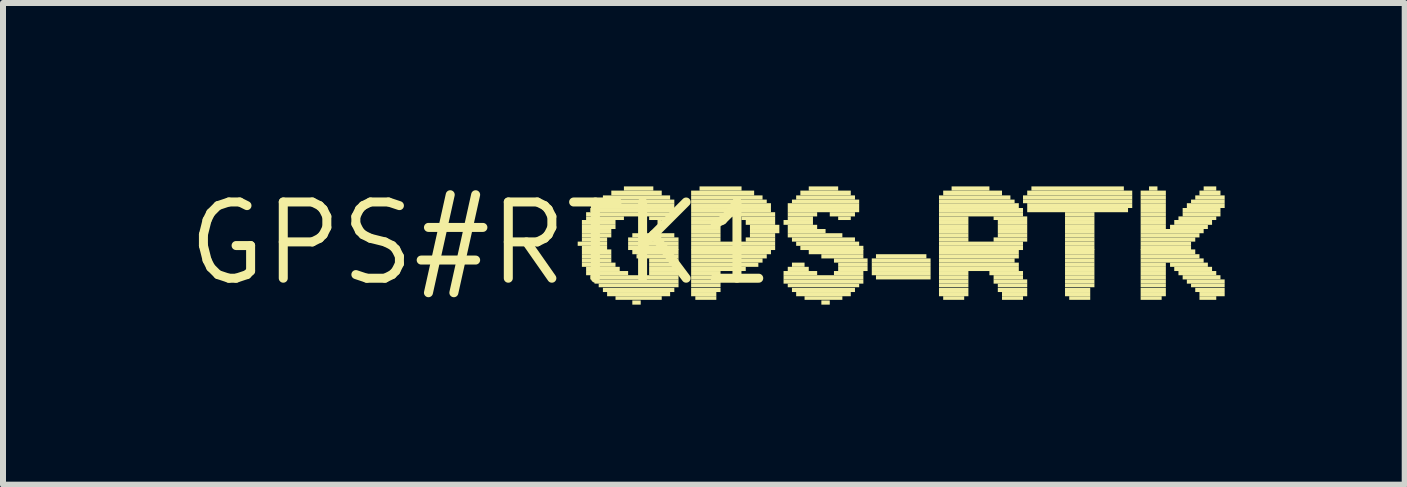
<source format=kicad_pcb>
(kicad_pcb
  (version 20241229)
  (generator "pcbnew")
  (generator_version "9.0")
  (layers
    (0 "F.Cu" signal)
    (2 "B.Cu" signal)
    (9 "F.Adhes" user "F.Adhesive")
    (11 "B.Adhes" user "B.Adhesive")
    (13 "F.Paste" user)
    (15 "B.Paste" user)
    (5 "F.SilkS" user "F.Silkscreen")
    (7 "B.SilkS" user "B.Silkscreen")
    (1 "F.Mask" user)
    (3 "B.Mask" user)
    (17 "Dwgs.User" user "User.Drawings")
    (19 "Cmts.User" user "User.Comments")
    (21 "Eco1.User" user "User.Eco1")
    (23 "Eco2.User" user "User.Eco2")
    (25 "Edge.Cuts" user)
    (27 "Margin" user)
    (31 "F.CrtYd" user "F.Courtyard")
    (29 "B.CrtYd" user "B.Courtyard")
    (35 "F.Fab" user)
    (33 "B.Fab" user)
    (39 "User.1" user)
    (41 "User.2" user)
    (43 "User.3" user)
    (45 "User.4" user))
  (footprint "GPS#RTK1"
    (layer "F.Cu")
    (at 4.966 1.006)
    (property "Reference" "GPS#RTK1" (at 0 0 0) (layer "F.SilkS") (effects (font (size 1.27 1.27) (thickness 0.15))))
    (fp_poly (pts (xy 1.61 0.04) (xy 2.1 0.04) (xy 2.1 -0.03) (xy 1.61 -0.03)) (stroke (width 0) (type solid)) (fill yes) (layer "F.SilkS"))
    (fp_poly (pts (xy 1.68 -0.31) (xy 2.24 -0.31) (xy 2.24 -0.39) (xy 1.68 -0.39)) (stroke (width 0) (type solid)) (fill yes) (layer "F.SilkS"))
    (fp_poly (pts (xy 1.68 -0.24) (xy 2.24 -0.24) (xy 2.24 -0.31) (xy 1.68 -0.31)) (stroke (width 0) (type solid)) (fill yes) (layer "F.SilkS"))
    (fp_poly (pts (xy 1.68 -0.17) (xy 2.17 -0.17) (xy 2.17 -0.24) (xy 1.68 -0.24)) (stroke (width 0) (type solid)) (fill yes) (layer "F.SilkS"))
    (fp_poly (pts (xy 1.68 -0.1) (xy 2.17 -0.1) (xy 2.17 -0.17) (xy 1.68 -0.17)) (stroke (width 0) (type solid)) (fill yes) (layer "F.SilkS"))
    (fp_poly (pts (xy 1.68 -0.03) (xy 2.1 -0.03) (xy 2.1 -0.1) (xy 1.68 -0.1)) (stroke (width 0) (type solid)) (fill yes) (layer "F.SilkS"))
    (fp_poly (pts (xy 1.68 0.11) (xy 2.1 0.11) (xy 2.1 0.04) (xy 1.68 0.04)) (stroke (width 0) (type solid)) (fill yes) (layer "F.SilkS"))
    (fp_poly (pts (xy 1.68 0.18) (xy 2.17 0.18) (xy 2.17 0.1) (xy 1.68 0.1)) (stroke (width 0) (type solid)) (fill yes) (layer "F.SilkS"))
    (fp_poly (pts (xy 1.68 0.25) (xy 2.17 0.25) (xy 2.17 0.18) (xy 1.68 0.18)) (stroke (width 0) (type solid)) (fill yes) (layer "F.SilkS"))
    (fp_poly (pts (xy 1.68 0.32) (xy 2.17 0.32) (xy 2.17 0.25) (xy 1.68 0.25)) (stroke (width 0) (type solid)) (fill yes) (layer "F.SilkS"))
    (fp_poly (pts (xy 1.68 0.39) (xy 2.24 0.39) (xy 2.24 0.32) (xy 1.68 0.32)) (stroke (width 0) (type solid)) (fill yes) (layer "F.SilkS"))
    (fp_poly (pts (xy 1.75 -0.45) (xy 3.22 -0.45) (xy 3.22 -0.52) (xy 1.75 -0.52)) (stroke (width 0) (type solid)) (fill yes) (layer "F.SilkS"))
    (fp_poly (pts (xy 1.75 -0.39) (xy 2.38 -0.39) (xy 2.38 -0.45) (xy 1.75 -0.45)) (stroke (width 0) (type solid)) (fill yes) (layer "F.SilkS"))
    (fp_poly (pts (xy 1.75 0.46) (xy 2.31 0.46) (xy 2.31 0.39) (xy 1.75 0.39)) (stroke (width 0) (type solid)) (fill yes) (layer "F.SilkS"))
    (fp_poly (pts (xy 1.75 0.53) (xy 2.45 0.53) (xy 2.45 0.46) (xy 1.75 0.46)) (stroke (width 0) (type solid)) (fill yes) (layer "F.SilkS"))
    (fp_poly (pts (xy 1.82 -0.52) (xy 3.22 -0.52) (xy 3.22 -0.59) (xy 1.82 -0.59)) (stroke (width 0) (type solid)) (fill yes) (layer "F.SilkS"))
    (fp_poly (pts (xy 1.82 0.6) (xy 3.29 0.6) (xy 3.29 0.53) (xy 1.82 0.53)) (stroke (width 0) (type solid)) (fill yes) (layer "F.SilkS"))
    (fp_poly (pts (xy 1.89 -0.59) (xy 3.22 -0.59) (xy 3.22 -0.67) (xy 1.89 -0.67)) (stroke (width 0) (type solid)) (fill yes) (layer "F.SilkS"))
    (fp_poly (pts (xy 1.89 0.67) (xy 3.29 0.67) (xy 3.29 0.6) (xy 1.89 0.6)) (stroke (width 0) (type solid)) (fill yes) (layer "F.SilkS"))
    (fp_poly (pts (xy 1.96 -0.67) (xy 3.22 -0.67) (xy 3.22 -0.73) (xy 1.96 -0.73)) (stroke (width 0) (type solid)) (fill yes) (layer "F.SilkS"))
    (fp_poly (pts (xy 1.96 0.73) (xy 3.29 0.73) (xy 3.29 0.67) (xy 1.96 0.67)) (stroke (width 0) (type solid)) (fill yes) (layer "F.SilkS"))
    (fp_poly (pts (xy 2.03 -0.73) (xy 3.15 -0.73) (xy 3.15 -0.8) (xy 2.03 -0.8)) (stroke (width 0) (type solid)) (fill yes) (layer "F.SilkS"))
    (fp_poly (pts (xy 2.03 0.81) (xy 3.22 0.81) (xy 3.22 0.74) (xy 2.03 0.74)) (stroke (width 0) (type solid)) (fill yes) (layer "F.SilkS"))
    (fp_poly (pts (xy 2.1 0.88) (xy 3.15 0.88) (xy 3.15 0.81) (xy 2.1 0.81)) (stroke (width 0) (type solid)) (fill yes) (layer "F.SilkS"))
    (fp_poly (pts (xy 2.17 -0.8) (xy 3.01 -0.8) (xy 3.01 -0.88) (xy 2.17 -0.88)) (stroke (width 0) (type solid)) (fill yes) (layer "F.SilkS"))
    (fp_poly (pts (xy 2.24 0.94) (xy 3.01 0.94) (xy 3.01 0.88) (xy 2.24 0.88)) (stroke (width 0) (type solid)) (fill yes) (layer "F.SilkS"))
    (fp_poly (pts (xy 2.38 -0.88) (xy 2.87 -0.88) (xy 2.87 -0.95) (xy 2.38 -0.95)) (stroke (width 0) (type solid)) (fill yes) (layer "F.SilkS"))
    (fp_poly (pts (xy 2.45 -0.03) (xy 3.29 -0.03) (xy 3.29 -0.1) (xy 2.45 -0.1)) (stroke (width 0) (type solid)) (fill yes) (layer "F.SilkS"))
    (fp_poly (pts (xy 2.45 0.04) (xy 3.29 0.04) (xy 3.29 -0.03) (xy 2.45 -0.03)) (stroke (width 0) (type solid)) (fill yes) (layer "F.SilkS"))
    (fp_poly (pts (xy 2.45 0.11) (xy 3.29 0.11) (xy 3.29 0.04) (xy 2.45 0.04)) (stroke (width 0) (type solid)) (fill yes) (layer "F.SilkS"))
    (fp_poly (pts (xy 2.52 -0.1) (xy 3.22 -0.1) (xy 3.22 -0.17) (xy 2.52 -0.17)) (stroke (width 0) (type solid)) (fill yes) (layer "F.SilkS"))
    (fp_poly (pts (xy 2.52 0.18) (xy 3.29 0.18) (xy 3.29 0.1) (xy 2.52 0.1)) (stroke (width 0) (type solid)) (fill yes) (layer "F.SilkS"))
    (fp_poly (pts (xy 2.52 1.02) (xy 2.66 1.02) (xy 2.66 0.95) (xy 2.52 0.95)) (stroke (width 0) (type solid)) (fill yes) (layer "F.SilkS"))
    (fp_poly (pts (xy 2.59 0.25) (xy 3.29 0.25) (xy 3.29 0.18) (xy 2.59 0.18)) (stroke (width 0) (type solid)) (fill yes) (layer "F.SilkS"))
    (fp_poly (pts (xy 2.8 -0.39) (xy 3.15 -0.39) (xy 3.15 -0.45) (xy 2.8 -0.45)) (stroke (width 0) (type solid)) (fill yes) (layer "F.SilkS"))
    (fp_poly (pts (xy 2.8 0.32) (xy 3.29 0.32) (xy 3.29 0.25) (xy 2.8 0.25)) (stroke (width 0) (type solid)) (fill yes) (layer "F.SilkS"))
    (fp_poly (pts (xy 2.8 0.39) (xy 3.29 0.39) (xy 3.29 0.32) (xy 2.8 0.32)) (stroke (width 0) (type solid)) (fill yes) (layer "F.SilkS"))
    (fp_poly (pts (xy 2.8 0.46) (xy 3.29 0.46) (xy 3.29 0.39) (xy 2.8 0.39)) (stroke (width 0) (type solid)) (fill yes) (layer "F.SilkS"))
    (fp_poly (pts (xy 2.8 0.53) (xy 3.29 0.53) (xy 3.29 0.46) (xy 2.8 0.46)) (stroke (width 0) (type solid)) (fill yes) (layer "F.SilkS"))
    (fp_poly (pts (xy 2.94 -0.31) (xy 3.01 -0.31) (xy 3.01 -0.39) (xy 2.94 -0.39)) (stroke (width 0) (type solid)) (fill yes) (layer "F.SilkS"))
    (fp_poly (pts (xy 3.5 -0.8) (xy 4.55 -0.8) (xy 4.55 -0.88) (xy 3.5 -0.88)) (stroke (width 0) (type solid)) (fill yes) (layer "F.SilkS"))
    (fp_poly (pts (xy 3.5 -0.73) (xy 4.69 -0.73) (xy 4.69 -0.8) (xy 3.5 -0.8)) (stroke (width 0) (type solid)) (fill yes) (layer "F.SilkS"))
    (fp_poly (pts (xy 3.5 -0.67) (xy 4.76 -0.67) (xy 4.76 -0.73) (xy 3.5 -0.73)) (stroke (width 0) (type solid)) (fill yes) (layer "F.SilkS"))
    (fp_poly (pts (xy 3.5 -0.59) (xy 4.83 -0.59) (xy 4.83 -0.67) (xy 3.5 -0.67)) (stroke (width 0) (type solid)) (fill yes) (layer "F.SilkS"))
    (fp_poly (pts (xy 3.5 -0.52) (xy 4.83 -0.52) (xy 4.83 -0.59) (xy 3.5 -0.59)) (stroke (width 0) (type solid)) (fill yes) (layer "F.SilkS"))
    (fp_poly (pts (xy 3.5 -0.45) (xy 4.9 -0.45) (xy 4.9 -0.52) (xy 3.5 -0.52)) (stroke (width 0) (type solid)) (fill yes) (layer "F.SilkS"))
    (fp_poly (pts (xy 3.5 -0.39) (xy 3.99 -0.39) (xy 3.99 -0.45) (xy 3.5 -0.45)) (stroke (width 0) (type solid)) (fill yes) (layer "F.SilkS"))
    (fp_poly (pts (xy 3.5 -0.31) (xy 3.99 -0.31) (xy 3.99 -0.39) (xy 3.5 -0.39)) (stroke (width 0) (type solid)) (fill yes) (layer "F.SilkS"))
    (fp_poly (pts (xy 3.5 -0.24) (xy 3.99 -0.24) (xy 3.99 -0.31) (xy 3.5 -0.31)) (stroke (width 0) (type solid)) (fill yes) (layer "F.SilkS"))
    (fp_poly (pts (xy 3.5 -0.17) (xy 3.99 -0.17) (xy 3.99 -0.24) (xy 3.5 -0.24)) (stroke (width 0) (type solid)) (fill yes) (layer "F.SilkS"))
    (fp_poly (pts (xy 3.5 -0.1) (xy 3.99 -0.1) (xy 3.99 -0.17) (xy 3.5 -0.17)) (stroke (width 0) (type solid)) (fill yes) (layer "F.SilkS"))
    (fp_poly (pts (xy 3.5 -0.03) (xy 3.99 -0.03) (xy 3.99 -0.1) (xy 3.5 -0.1)) (stroke (width 0) (type solid)) (fill yes) (layer "F.SilkS"))
    (fp_poly (pts (xy 3.5 0.04) (xy 4.9 0.04) (xy 4.9 -0.03) (xy 3.5 -0.03)) (stroke (width 0) (type solid)) (fill yes) (layer "F.SilkS"))
    (fp_poly (pts (xy 3.5 0.11) (xy 4.9 0.11) (xy 4.9 0.04) (xy 3.5 0.04)) (stroke (width 0) (type solid)) (fill yes) (layer "F.SilkS"))
    (fp_poly (pts (xy 3.5 0.18) (xy 4.83 0.18) (xy 4.83 0.1) (xy 3.5 0.1)) (stroke (width 0) (type solid)) (fill yes) (layer "F.SilkS"))
    (fp_poly (pts (xy 3.5 0.25) (xy 4.76 0.25) (xy 4.76 0.18) (xy 3.5 0.18)) (stroke (width 0) (type solid)) (fill yes) (layer "F.SilkS"))
    (fp_poly (pts (xy 3.5 0.32) (xy 4.69 0.32) (xy 4.69 0.25) (xy 3.5 0.25)) (stroke (width 0) (type solid)) (fill yes) (layer "F.SilkS"))
    (fp_poly (pts (xy 3.5 0.39) (xy 4.62 0.39) (xy 4.62 0.32) (xy 3.5 0.32)) (stroke (width 0) (type solid)) (fill yes) (layer "F.SilkS"))
    (fp_poly (pts (xy 3.5 0.46) (xy 4.41 0.46) (xy 4.41 0.39) (xy 3.5 0.39)) (stroke (width 0) (type solid)) (fill yes) (layer "F.SilkS"))
    (fp_poly (pts (xy 3.5 0.53) (xy 3.99 0.53) (xy 3.99 0.46) (xy 3.5 0.46)) (stroke (width 0) (type solid)) (fill yes) (layer "F.SilkS"))
    (fp_poly (pts (xy 3.5 0.6) (xy 3.99 0.6) (xy 3.99 0.53) (xy 3.5 0.53)) (stroke (width 0) (type solid)) (fill yes) (layer "F.SilkS"))
    (fp_poly (pts (xy 3.5 0.67) (xy 3.99 0.67) (xy 3.99 0.6) (xy 3.5 0.6)) (stroke (width 0) (type solid)) (fill yes) (layer "F.SilkS"))
    (fp_poly (pts (xy 3.5 0.73) (xy 3.99 0.73) (xy 3.99 0.67) (xy 3.5 0.67)) (stroke (width 0) (type solid)) (fill yes) (layer "F.SilkS"))
    (fp_poly (pts (xy 3.5 0.81) (xy 3.99 0.81) (xy 3.99 0.74) (xy 3.5 0.74)) (stroke (width 0) (type solid)) (fill yes) (layer "F.SilkS"))
    (fp_poly (pts (xy 3.5 0.88) (xy 3.92 0.88) (xy 3.92 0.81) (xy 3.5 0.81)) (stroke (width 0) (type solid)) (fill yes) (layer "F.SilkS"))
    (fp_poly (pts (xy 3.57 0.94) (xy 3.92 0.94) (xy 3.92 0.88) (xy 3.57 0.88)) (stroke (width 0) (type solid)) (fill yes) (layer "F.SilkS"))
    (fp_poly (pts (xy 3.64 -0.88) (xy 4.34 -0.88) (xy 4.34 -0.95) (xy 3.64 -0.95)) (stroke (width 0) (type solid)) (fill yes) (layer "F.SilkS"))
    (fp_poly (pts (xy 4.34 -0.39) (xy 4.9 -0.39) (xy 4.9 -0.45) (xy 4.34 -0.45)) (stroke (width 0) (type solid)) (fill yes) (layer "F.SilkS"))
    (fp_poly (pts (xy 4.41 -0.31) (xy 4.9 -0.31) (xy 4.9 -0.39) (xy 4.41 -0.39)) (stroke (width 0) (type solid)) (fill yes) (layer "F.SilkS"))
    (fp_poly (pts (xy 4.41 -0.03) (xy 4.9 -0.03) (xy 4.9 -0.1) (xy 4.41 -0.1)) (stroke (width 0) (type solid)) (fill yes) (layer "F.SilkS"))
    (fp_poly (pts (xy 4.48 -0.24) (xy 4.97 -0.24) (xy 4.97 -0.31) (xy 4.48 -0.31)) (stroke (width 0) (type solid)) (fill yes) (layer "F.SilkS"))
    (fp_poly (pts (xy 4.48 -0.17) (xy 4.97 -0.17) (xy 4.97 -0.24) (xy 4.48 -0.24)) (stroke (width 0) (type solid)) (fill yes) (layer "F.SilkS"))
    (fp_poly (pts (xy 4.48 -0.1) (xy 4.9 -0.1) (xy 4.9 -0.17) (xy 4.48 -0.17)) (stroke (width 0) (type solid)) (fill yes) (layer "F.SilkS"))
    (fp_poly (pts (xy 5.04 -0.31) (xy 5.53 -0.31) (xy 5.53 -0.39) (xy 5.04 -0.39)) (stroke (width 0) (type solid)) (fill yes) (layer "F.SilkS"))
    (fp_poly (pts (xy 5.04 0.53) (xy 5.6 0.53) (xy 5.6 0.46) (xy 5.04 0.46)) (stroke (width 0) (type solid)) (fill yes) (layer "F.SilkS"))
    (fp_poly (pts (xy 5.04 0.6) (xy 6.37 0.6) (xy 6.37 0.53) (xy 5.04 0.53)) (stroke (width 0) (type solid)) (fill yes) (layer "F.SilkS"))
    (fp_poly (pts (xy 5.04 0.67) (xy 6.37 0.67) (xy 6.37 0.6) (xy 5.04 0.6)) (stroke (width 0) (type solid)) (fill yes) (layer "F.SilkS"))
    (fp_poly (pts (xy 5.11 -0.59) (xy 6.3 -0.59) (xy 6.3 -0.67) (xy 5.11 -0.67)) (stroke (width 0) (type solid)) (fill yes) (layer "F.SilkS"))
    (fp_poly (pts (xy 5.11 -0.52) (xy 6.3 -0.52) (xy 6.3 -0.59) (xy 5.11 -0.59)) (stroke (width 0) (type solid)) (fill yes) (layer "F.SilkS"))
    (fp_poly (pts (xy 5.11 -0.45) (xy 5.6 -0.45) (xy 5.6 -0.52) (xy 5.11 -0.52)) (stroke (width 0) (type solid)) (fill yes) (layer "F.SilkS"))
    (fp_poly (pts (xy 5.11 -0.39) (xy 5.53 -0.39) (xy 5.53 -0.45) (xy 5.11 -0.45)) (stroke (width 0) (type solid)) (fill yes) (layer "F.SilkS"))
    (fp_poly (pts (xy 5.11 -0.24) (xy 5.6 -0.24) (xy 5.6 -0.31) (xy 5.11 -0.31)) (stroke (width 0) (type solid)) (fill yes) (layer "F.SilkS"))
    (fp_poly (pts (xy 5.11 -0.17) (xy 5.74 -0.17) (xy 5.74 -0.24) (xy 5.11 -0.24)) (stroke (width 0) (type solid)) (fill yes) (layer "F.SilkS"))
    (fp_poly (pts (xy 5.11 -0.1) (xy 6.02 -0.1) (xy 6.02 -0.17) (xy 5.11 -0.17)) (stroke (width 0) (type solid)) (fill yes) (layer "F.SilkS"))
    (fp_poly (pts (xy 5.11 0.46) (xy 5.46 0.46) (xy 5.46 0.39) (xy 5.11 0.39)) (stroke (width 0) (type solid)) (fill yes) (layer "F.SilkS"))
    (fp_poly (pts (xy 5.11 0.73) (xy 6.3 0.73) (xy 6.3 0.67) (xy 5.11 0.67)) (stroke (width 0) (type solid)) (fill yes) (layer "F.SilkS"))
    (fp_poly (pts (xy 5.18 -0.67) (xy 6.3 -0.67) (xy 6.3 -0.73) (xy 5.18 -0.73)) (stroke (width 0) (type solid)) (fill yes) (layer "F.SilkS"))
    (fp_poly (pts (xy 5.18 -0.03) (xy 6.23 -0.03) (xy 6.23 -0.1) (xy 5.18 -0.1)) (stroke (width 0) (type solid)) (fill yes) (layer "F.SilkS"))
    (fp_poly (pts (xy 5.18 0.39) (xy 5.39 0.39) (xy 5.39 0.32) (xy 5.18 0.32)) (stroke (width 0) (type solid)) (fill yes) (layer "F.SilkS"))
    (fp_poly (pts (xy 5.18 0.81) (xy 6.23 0.81) (xy 6.23 0.74) (xy 5.18 0.74)) (stroke (width 0) (type solid)) (fill yes) (layer "F.SilkS"))
    (fp_poly (pts (xy 5.25 -0.73) (xy 6.23 -0.73) (xy 6.23 -0.8) (xy 5.25 -0.8)) (stroke (width 0) (type solid)) (fill yes) (layer "F.SilkS"))
    (fp_poly (pts (xy 5.25 0.04) (xy 6.3 0.04) (xy 6.3 -0.03) (xy 5.25 -0.03)) (stroke (width 0) (type solid)) (fill yes) (layer "F.SilkS"))
    (fp_poly (pts (xy 5.25 0.88) (xy 6.16 0.88) (xy 6.16 0.81) (xy 5.25 0.81)) (stroke (width 0) (type solid)) (fill yes) (layer "F.SilkS"))
    (fp_poly (pts (xy 5.32 -0.8) (xy 6.16 -0.8) (xy 6.16 -0.88) (xy 5.32 -0.88)) (stroke (width 0) (type solid)) (fill yes) (layer "F.SilkS"))
    (fp_poly (pts (xy 5.32 0.11) (xy 6.37 0.11) (xy 6.37 0.04) (xy 5.32 0.04)) (stroke (width 0) (type solid)) (fill yes) (layer "F.SilkS"))
    (fp_poly (pts (xy 5.39 0.94) (xy 6.02 0.94) (xy 6.02 0.88) (xy 5.39 0.88)) (stroke (width 0) (type solid)) (fill yes) (layer "F.SilkS"))
    (fp_poly (pts (xy 5.46 -0.88) (xy 5.95 -0.88) (xy 5.95 -0.95) (xy 5.46 -0.95)) (stroke (width 0) (type solid)) (fill yes) (layer "F.SilkS"))
    (fp_poly (pts (xy 5.46 0.18) (xy 6.37 0.18) (xy 6.37 0.1) (xy 5.46 0.1)) (stroke (width 0) (type solid)) (fill yes) (layer "F.SilkS"))
    (fp_poly (pts (xy 5.67 0.25) (xy 6.37 0.25) (xy 6.37 0.18) (xy 5.67 0.18)) (stroke (width 0) (type solid)) (fill yes) (layer "F.SilkS"))
    (fp_poly (pts (xy 5.67 1.02) (xy 5.81 1.02) (xy 5.81 0.95) (xy 5.67 0.95)) (stroke (width 0) (type solid)) (fill yes) (layer "F.SilkS"))
    (fp_poly (pts (xy 5.81 -0.45) (xy 6.23 -0.45) (xy 6.23 -0.52) (xy 5.81 -0.52)) (stroke (width 0) (type solid)) (fill yes) (layer "F.SilkS"))
    (fp_poly (pts (xy 5.88 0.32) (xy 6.44 0.32) (xy 6.44 0.25) (xy 5.88 0.25)) (stroke (width 0) (type solid)) (fill yes) (layer "F.SilkS"))
    (fp_poly (pts (xy 5.88 0.53) (xy 6.37 0.53) (xy 6.37 0.46) (xy 5.88 0.46)) (stroke (width 0) (type solid)) (fill yes) (layer "F.SilkS"))
    (fp_poly (pts (xy 5.95 -0.39) (xy 6.16 -0.39) (xy 6.16 -0.45) (xy 5.95 -0.45)) (stroke (width 0) (type solid)) (fill yes) (layer "F.SilkS"))
    (fp_poly (pts (xy 5.95 0.39) (xy 6.44 0.39) (xy 6.44 0.32) (xy 5.95 0.32)) (stroke (width 0) (type solid)) (fill yes) (layer "F.SilkS"))
    (fp_poly (pts (xy 5.95 0.46) (xy 6.44 0.46) (xy 6.44 0.39) (xy 5.95 0.39)) (stroke (width 0) (type solid)) (fill yes) (layer "F.SilkS"))
    (fp_poly (pts (xy 6.51 0.32) (xy 7.49 0.32) (xy 7.49 0.25) (xy 6.51 0.25)) (stroke (width 0) (type solid)) (fill yes) (layer "F.SilkS"))
    (fp_poly (pts (xy 6.51 0.39) (xy 7.49 0.39) (xy 7.49 0.32) (xy 6.51 0.32)) (stroke (width 0) (type solid)) (fill yes) (layer "F.SilkS"))
    (fp_poly (pts (xy 6.51 0.46) (xy 7.49 0.46) (xy 7.49 0.39) (xy 6.51 0.39)) (stroke (width 0) (type solid)) (fill yes) (layer "F.SilkS"))
    (fp_poly (pts (xy 6.51 0.53) (xy 7.49 0.53) (xy 7.49 0.46) (xy 6.51 0.46)) (stroke (width 0) (type solid)) (fill yes) (layer "F.SilkS"))
    (fp_poly (pts (xy 6.58 0.25) (xy 7.42 0.25) (xy 7.42 0.18) (xy 6.58 0.18)) (stroke (width 0) (type solid)) (fill yes) (layer "F.SilkS"))
    (fp_poly (pts (xy 6.58 0.6) (xy 7.49 0.6) (xy 7.49 0.53) (xy 6.58 0.53)) (stroke (width 0) (type solid)) (fill yes) (layer "F.SilkS"))
    (fp_poly (pts (xy 7.63 -0.73) (xy 8.82 -0.73) (xy 8.82 -0.8) (xy 7.63 -0.8)) (stroke (width 0) (type solid)) (fill yes) (layer "F.SilkS"))
    (fp_poly (pts (xy 7.63 -0.67) (xy 8.89 -0.67) (xy 8.89 -0.73) (xy 7.63 -0.73)) (stroke (width 0) (type solid)) (fill yes) (layer "F.SilkS"))
    (fp_poly (pts (xy 7.63 -0.59) (xy 8.96 -0.59) (xy 8.96 -0.67) (xy 7.63 -0.67)) (stroke (width 0) (type solid)) (fill yes) (layer "F.SilkS"))
    (fp_poly (pts (xy 7.63 -0.52) (xy 9.03 -0.52) (xy 9.03 -0.59) (xy 7.63 -0.59)) (stroke (width 0) (type solid)) (fill yes) (layer "F.SilkS"))
    (fp_poly (pts (xy 7.63 -0.45) (xy 9.03 -0.45) (xy 9.03 -0.52) (xy 7.63 -0.52)) (stroke (width 0) (type solid)) (fill yes) (layer "F.SilkS"))
    (fp_poly (pts (xy 7.63 -0.39) (xy 8.12 -0.39) (xy 8.12 -0.45) (xy 7.63 -0.45)) (stroke (width 0) (type solid)) (fill yes) (layer "F.SilkS"))
    (fp_poly (pts (xy 7.63 -0.31) (xy 8.12 -0.31) (xy 8.12 -0.39) (xy 7.63 -0.39)) (stroke (width 0) (type solid)) (fill yes) (layer "F.SilkS"))
    (fp_poly (pts (xy 7.63 -0.24) (xy 8.12 -0.24) (xy 8.12 -0.31) (xy 7.63 -0.31)) (stroke (width 0) (type solid)) (fill yes) (layer "F.SilkS"))
    (fp_poly (pts (xy 7.63 -0.17) (xy 8.12 -0.17) (xy 8.12 -0.24) (xy 7.63 -0.24)) (stroke (width 0) (type solid)) (fill yes) (layer "F.SilkS"))
    (fp_poly (pts (xy 7.63 -0.1) (xy 8.12 -0.1) (xy 8.12 -0.17) (xy 7.63 -0.17)) (stroke (width 0) (type solid)) (fill yes) (layer "F.SilkS"))
    (fp_poly (pts (xy 7.63 -0.03) (xy 8.12 -0.03) (xy 8.12 -0.1) (xy 7.63 -0.1)) (stroke (width 0) (type solid)) (fill yes) (layer "F.SilkS"))
    (fp_poly (pts (xy 7.63 0.04) (xy 9.03 0.04) (xy 9.03 -0.03) (xy 7.63 -0.03)) (stroke (width 0) (type solid)) (fill yes) (layer "F.SilkS"))
    (fp_poly (pts (xy 7.63 0.11) (xy 9.03 0.11) (xy 9.03 0.04) (xy 7.63 0.04)) (stroke (width 0) (type solid)) (fill yes) (layer "F.SilkS"))
    (fp_poly (pts (xy 7.63 0.18) (xy 8.96 0.18) (xy 8.96 0.1) (xy 7.63 0.1)) (stroke (width 0) (type solid)) (fill yes) (layer "F.SilkS"))
    (fp_poly (pts (xy 7.63 0.25) (xy 8.96 0.25) (xy 8.96 0.18) (xy 7.63 0.18)) (stroke (width 0) (type solid)) (fill yes) (layer "F.SilkS"))
    (fp_poly (pts (xy 7.63 0.32) (xy 8.89 0.32) (xy 8.89 0.25) (xy 7.63 0.25)) (stroke (width 0) (type solid)) (fill yes) (layer "F.SilkS"))
    (fp_poly (pts (xy 7.63 0.39) (xy 8.96 0.39) (xy 8.96 0.32) (xy 7.63 0.32)) (stroke (width 0) (type solid)) (fill yes) (layer "F.SilkS"))
    (fp_poly (pts (xy 7.63 0.46) (xy 8.96 0.46) (xy 8.96 0.39) (xy 7.63 0.39)) (stroke (width 0) (type solid)) (fill yes) (layer "F.SilkS"))
    (fp_poly (pts (xy 7.63 0.53) (xy 8.12 0.53) (xy 8.12 0.46) (xy 7.63 0.46)) (stroke (width 0) (type solid)) (fill yes) (layer "F.SilkS"))
    (fp_poly (pts (xy 7.63 0.6) (xy 8.12 0.6) (xy 8.12 0.53) (xy 7.63 0.53)) (stroke (width 0) (type solid)) (fill yes) (layer "F.SilkS"))
    (fp_poly (pts (xy 7.63 0.67) (xy 8.12 0.67) (xy 8.12 0.6) (xy 7.63 0.6)) (stroke (width 0) (type solid)) (fill yes) (layer "F.SilkS"))
    (fp_poly (pts (xy 7.63 0.73) (xy 8.12 0.73) (xy 8.12 0.67) (xy 7.63 0.67)) (stroke (width 0) (type solid)) (fill yes) (layer "F.SilkS"))
    (fp_poly (pts (xy 7.63 0.81) (xy 8.12 0.81) (xy 8.12 0.74) (xy 7.63 0.74)) (stroke (width 0) (type solid)) (fill yes) (layer "F.SilkS"))
    (fp_poly (pts (xy 7.63 0.88) (xy 8.12 0.88) (xy 8.12 0.81) (xy 7.63 0.81)) (stroke (width 0) (type solid)) (fill yes) (layer "F.SilkS"))
    (fp_poly (pts (xy 7.7 -0.8) (xy 8.68 -0.8) (xy 8.68 -0.88) (xy 7.7 -0.88)) (stroke (width 0) (type solid)) (fill yes) (layer "F.SilkS"))
    (fp_poly (pts (xy 7.7 0.94) (xy 8.05 0.94) (xy 8.05 0.88) (xy 7.7 0.88)) (stroke (width 0) (type solid)) (fill yes) (layer "F.SilkS"))
    (fp_poly (pts (xy 7.84 -0.88) (xy 8.47 -0.88) (xy 8.47 -0.95) (xy 7.84 -0.95)) (stroke (width 0) (type solid)) (fill yes) (layer "F.SilkS"))
    (fp_poly (pts (xy 8.47 0.53) (xy 9.03 0.53) (xy 9.03 0.46) (xy 8.47 0.46)) (stroke (width 0) (type solid)) (fill yes) (layer "F.SilkS"))
    (fp_poly (pts (xy 8.54 -0.39) (xy 9.1 -0.39) (xy 9.1 -0.45) (xy 8.54 -0.45)) (stroke (width 0) (type solid)) (fill yes) (layer "F.SilkS"))
    (fp_poly (pts (xy 8.54 -0.03) (xy 9.1 -0.03) (xy 9.1 -0.1) (xy 8.54 -0.1)) (stroke (width 0) (type solid)) (fill yes) (layer "F.SilkS"))
    (fp_poly (pts (xy 8.54 0.6) (xy 9.03 0.6) (xy 9.03 0.53) (xy 8.54 0.53)) (stroke (width 0) (type solid)) (fill yes) (layer "F.SilkS"))
    (fp_poly (pts (xy 8.54 0.67) (xy 9.1 0.67) (xy 9.1 0.6) (xy 8.54 0.6)) (stroke (width 0) (type solid)) (fill yes) (layer "F.SilkS"))
    (fp_poly (pts (xy 8.61 -0.31) (xy 9.1 -0.31) (xy 9.1 -0.39) (xy 8.61 -0.39)) (stroke (width 0) (type solid)) (fill yes) (layer "F.SilkS"))
    (fp_poly (pts (xy 8.61 -0.24) (xy 9.1 -0.24) (xy 9.1 -0.31) (xy 8.61 -0.31)) (stroke (width 0) (type solid)) (fill yes) (layer "F.SilkS"))
    (fp_poly (pts (xy 8.61 -0.17) (xy 9.1 -0.17) (xy 9.1 -0.24) (xy 8.61 -0.24)) (stroke (width 0) (type solid)) (fill yes) (layer "F.SilkS"))
    (fp_poly (pts (xy 8.61 -0.1) (xy 9.1 -0.1) (xy 9.1 -0.17) (xy 8.61 -0.17)) (stroke (width 0) (type solid)) (fill yes) (layer "F.SilkS"))
    (fp_poly (pts (xy 8.61 0.73) (xy 9.1 0.73) (xy 9.1 0.67) (xy 8.61 0.67)) (stroke (width 0) (type solid)) (fill yes) (layer "F.SilkS"))
    (fp_poly (pts (xy 8.61 0.81) (xy 9.1 0.81) (xy 9.1 0.74) (xy 8.61 0.74)) (stroke (width 0) (type solid)) (fill yes) (layer "F.SilkS"))
    (fp_poly (pts (xy 8.68 0.88) (xy 9.1 0.88) (xy 9.1 0.81) (xy 8.68 0.81)) (stroke (width 0) (type solid)) (fill yes) (layer "F.SilkS"))
    (fp_poly (pts (xy 8.68 0.94) (xy 9.03 0.94) (xy 9.03 0.88) (xy 8.68 0.88)) (stroke (width 0) (type solid)) (fill yes) (layer "F.SilkS"))
    (fp_poly (pts (xy 9.03 -0.73) (xy 10.85 -0.73) (xy 10.85 -0.8) (xy 9.03 -0.8)) (stroke (width 0) (type solid)) (fill yes) (layer "F.SilkS"))
    (fp_poly (pts (xy 9.03 -0.67) (xy 10.85 -0.67) (xy 10.85 -0.73) (xy 9.03 -0.73)) (stroke (width 0) (type solid)) (fill yes) (layer "F.SilkS"))
    (fp_poly (pts (xy 9.1 -0.8) (xy 10.85 -0.8) (xy 10.85 -0.88) (xy 9.1 -0.88)) (stroke (width 0) (type solid)) (fill yes) (layer "F.SilkS"))
    (fp_poly (pts (xy 9.1 -0.59) (xy 10.85 -0.59) (xy 10.85 -0.67) (xy 9.1 -0.67)) (stroke (width 0) (type solid)) (fill yes) (layer "F.SilkS"))
    (fp_poly (pts (xy 9.1 -0.52) (xy 10.78 -0.52) (xy 10.78 -0.59) (xy 9.1 -0.59)) (stroke (width 0) (type solid)) (fill yes) (layer "F.SilkS"))
    (fp_poly (pts (xy 9.17 -0.88) (xy 10.71 -0.88) (xy 10.71 -0.95) (xy 9.17 -0.95)) (stroke (width 0) (type solid)) (fill yes) (layer "F.SilkS"))
    (fp_poly (pts (xy 9.73 -0.45) (xy 10.22 -0.45) (xy 10.22 -0.52) (xy 9.73 -0.52)) (stroke (width 0) (type solid)) (fill yes) (layer "F.SilkS"))
    (fp_poly (pts (xy 9.73 -0.39) (xy 10.22 -0.39) (xy 10.22 -0.45) (xy 9.73 -0.45)) (stroke (width 0) (type solid)) (fill yes) (layer "F.SilkS"))
    (fp_poly (pts (xy 9.73 -0.31) (xy 10.22 -0.31) (xy 10.22 -0.39) (xy 9.73 -0.39)) (stroke (width 0) (type solid)) (fill yes) (layer "F.SilkS"))
    (fp_poly (pts (xy 9.73 -0.24) (xy 10.22 -0.24) (xy 10.22 -0.31) (xy 9.73 -0.31)) (stroke (width 0) (type solid)) (fill yes) (layer "F.SilkS"))
    (fp_poly (pts (xy 9.73 -0.17) (xy 10.22 -0.17) (xy 10.22 -0.24) (xy 9.73 -0.24)) (stroke (width 0) (type solid)) (fill yes) (layer "F.SilkS"))
    (fp_poly (pts (xy 9.73 -0.1) (xy 10.22 -0.1) (xy 10.22 -0.17) (xy 9.73 -0.17)) (stroke (width 0) (type solid)) (fill yes) (layer "F.SilkS"))
    (fp_poly (pts (xy 9.73 -0.03) (xy 10.22 -0.03) (xy 10.22 -0.1) (xy 9.73 -0.1)) (stroke (width 0) (type solid)) (fill yes) (layer "F.SilkS"))
    (fp_poly (pts (xy 9.73 0.04) (xy 10.22 0.04) (xy 10.22 -0.03) (xy 9.73 -0.03)) (stroke (width 0) (type solid)) (fill yes) (layer "F.SilkS"))
    (fp_poly (pts (xy 9.73 0.11) (xy 10.22 0.11) (xy 10.22 0.04) (xy 9.73 0.04)) (stroke (width 0) (type solid)) (fill yes) (layer "F.SilkS"))
    (fp_poly (pts (xy 9.73 0.18) (xy 10.22 0.18) (xy 10.22 0.1) (xy 9.73 0.1)) (stroke (width 0) (type solid)) (fill yes) (layer "F.SilkS"))
    (fp_poly (pts (xy 9.73 0.25) (xy 10.22 0.25) (xy 10.22 0.18) (xy 9.73 0.18)) (stroke (width 0) (type solid)) (fill yes) (layer "F.SilkS"))
    (fp_poly (pts (xy 9.73 0.32) (xy 10.22 0.32) (xy 10.22 0.25) (xy 9.73 0.25)) (stroke (width 0) (type solid)) (fill yes) (layer "F.SilkS"))
    (fp_poly (pts (xy 9.73 0.39) (xy 10.22 0.39) (xy 10.22 0.32) (xy 9.73 0.32)) (stroke (width 0) (type solid)) (fill yes) (layer "F.SilkS"))
    (fp_poly (pts (xy 9.73 0.46) (xy 10.22 0.46) (xy 10.22 0.39) (xy 9.73 0.39)) (stroke (width 0) (type solid)) (fill yes) (layer "F.SilkS"))
    (fp_poly (pts (xy 9.73 0.53) (xy 10.22 0.53) (xy 10.22 0.46) (xy 9.73 0.46)) (stroke (width 0) (type solid)) (fill yes) (layer "F.SilkS"))
    (fp_poly (pts (xy 9.73 0.6) (xy 10.22 0.6) (xy 10.22 0.53) (xy 9.73 0.53)) (stroke (width 0) (type solid)) (fill yes) (layer "F.SilkS"))
    (fp_poly (pts (xy 9.73 0.67) (xy 10.22 0.67) (xy 10.22 0.6) (xy 9.73 0.6)) (stroke (width 0) (type solid)) (fill yes) (layer "F.SilkS"))
    (fp_poly (pts (xy 9.73 0.73) (xy 10.22 0.73) (xy 10.22 0.67) (xy 9.73 0.67)) (stroke (width 0) (type solid)) (fill yes) (layer "F.SilkS"))
    (fp_poly (pts (xy 9.73 0.81) (xy 10.15 0.81) (xy 10.15 0.74) (xy 9.73 0.74)) (stroke (width 0) (type solid)) (fill yes) (layer "F.SilkS"))
    (fp_poly (pts (xy 9.73 0.88) (xy 10.15 0.88) (xy 10.15 0.81) (xy 9.73 0.81)) (stroke (width 0) (type solid)) (fill yes) (layer "F.SilkS"))
    (fp_poly (pts (xy 9.8 0.94) (xy 10.15 0.94) (xy 10.15 0.88) (xy 9.8 0.88)) (stroke (width 0) (type solid)) (fill yes) (layer "F.SilkS"))
    (fp_poly (pts (xy 10.99 -0.8) (xy 11.41 -0.8) (xy 11.41 -0.88) (xy 10.99 -0.88)) (stroke (width 0) (type solid)) (fill yes) (layer "F.SilkS"))
    (fp_poly (pts (xy 10.99 -0.73) (xy 11.41 -0.73) (xy 11.41 -0.8) (xy 10.99 -0.8)) (stroke (width 0) (type solid)) (fill yes) (layer "F.SilkS"))
    (fp_poly (pts (xy 10.99 -0.67) (xy 11.41 -0.67) (xy 11.41 -0.73) (xy 10.99 -0.73)) (stroke (width 0) (type solid)) (fill yes) (layer "F.SilkS"))
    (fp_poly (pts (xy 10.99 -0.59) (xy 11.41 -0.59) (xy 11.41 -0.67) (xy 10.99 -0.67)) (stroke (width 0) (type solid)) (fill yes) (layer "F.SilkS"))
    (fp_poly (pts (xy 10.99 -0.52) (xy 11.41 -0.52) (xy 11.41 -0.59) (xy 10.99 -0.59)) (stroke (width 0) (type solid)) (fill yes) (layer "F.SilkS"))
    (fp_poly (pts (xy 10.99 -0.45) (xy 11.41 -0.45) (xy 11.41 -0.52) (xy 10.99 -0.52)) (stroke (width 0) (type solid)) (fill yes) (layer "F.SilkS"))
    (fp_poly (pts (xy 10.99 -0.39) (xy 11.41 -0.39) (xy 11.41 -0.45) (xy 10.99 -0.45)) (stroke (width 0) (type solid)) (fill yes) (layer "F.SilkS"))
    (fp_poly (pts (xy 10.99 -0.31) (xy 11.41 -0.31) (xy 11.41 -0.39) (xy 10.99 -0.39)) (stroke (width 0) (type solid)) (fill yes) (layer "F.SilkS"))
    (fp_poly (pts (xy 10.99 -0.24) (xy 11.41 -0.24) (xy 11.41 -0.31) (xy 10.99 -0.31)) (stroke (width 0) (type solid)) (fill yes) (layer "F.SilkS"))
    (fp_poly (pts (xy 10.99 -0.17) (xy 12.04 -0.17) (xy 12.04 -0.24) (xy 10.99 -0.24)) (stroke (width 0) (type solid)) (fill yes) (layer "F.SilkS"))
    (fp_poly (pts (xy 10.99 -0.1) (xy 11.97 -0.1) (xy 11.97 -0.17) (xy 10.99 -0.17)) (stroke (width 0) (type solid)) (fill yes) (layer "F.SilkS"))
    (fp_poly (pts (xy 10.99 -0.03) (xy 11.9 -0.03) (xy 11.9 -0.1) (xy 10.99 -0.1)) (stroke (width 0) (type solid)) (fill yes) (layer "F.SilkS"))
    (fp_poly (pts (xy 10.99 0.04) (xy 11.83 0.04) (xy 11.83 -0.03) (xy 10.99 -0.03)) (stroke (width 0) (type solid)) (fill yes) (layer "F.SilkS"))
    (fp_poly (pts (xy 10.99 0.11) (xy 11.83 0.11) (xy 11.83 0.04) (xy 10.99 0.04)) (stroke (width 0) (type solid)) (fill yes) (layer "F.SilkS"))
    (fp_poly (pts (xy 10.99 0.18) (xy 11.9 0.18) (xy 11.9 0.1) (xy 10.99 0.1)) (stroke (width 0) (type solid)) (fill yes) (layer "F.SilkS"))
    (fp_poly (pts (xy 10.99 0.25) (xy 11.97 0.25) (xy 11.97 0.18) (xy 10.99 0.18)) (stroke (width 0) (type solid)) (fill yes) (layer "F.SilkS"))
    (fp_poly (pts (xy 10.99 0.32) (xy 12.04 0.32) (xy 12.04 0.25) (xy 10.99 0.25)) (stroke (width 0) (type solid)) (fill yes) (layer "F.SilkS"))
    (fp_poly (pts (xy 10.99 0.39) (xy 11.41 0.39) (xy 11.41 0.32) (xy 10.99 0.32)) (stroke (width 0) (type solid)) (fill yes) (layer "F.SilkS"))
    (fp_poly (pts (xy 10.99 0.46) (xy 11.41 0.46) (xy 11.41 0.39) (xy 10.99 0.39)) (stroke (width 0) (type solid)) (fill yes) (layer "F.SilkS"))
    (fp_poly (pts (xy 10.99 0.53) (xy 11.41 0.53) (xy 11.41 0.46) (xy 10.99 0.46)) (stroke (width 0) (type solid)) (fill yes) (layer "F.SilkS"))
    (fp_poly (pts (xy 10.99 0.6) (xy 11.41 0.6) (xy 11.41 0.53) (xy 10.99 0.53)) (stroke (width 0) (type solid)) (fill yes) (layer "F.SilkS"))
    (fp_poly (pts (xy 10.99 0.67) (xy 11.41 0.67) (xy 11.41 0.6) (xy 10.99 0.6)) (stroke (width 0) (type solid)) (fill yes) (layer "F.SilkS"))
    (fp_poly (pts (xy 10.99 0.73) (xy 11.41 0.73) (xy 11.41 0.67) (xy 10.99 0.67)) (stroke (width 0) (type solid)) (fill yes) (layer "F.SilkS"))
    (fp_poly (pts (xy 10.99 0.81) (xy 11.41 0.81) (xy 11.41 0.74) (xy 10.99 0.74)) (stroke (width 0) (type solid)) (fill yes) (layer "F.SilkS"))
    (fp_poly (pts (xy 10.99 0.88) (xy 11.41 0.88) (xy 11.41 0.81) (xy 10.99 0.81)) (stroke (width 0) (type solid)) (fill yes) (layer "F.SilkS"))
    (fp_poly (pts (xy 10.99 0.94) (xy 11.34 0.94) (xy 11.34 0.88) (xy 10.99 0.88)) (stroke (width 0) (type solid)) (fill yes) (layer "F.SilkS"))
    (fp_poly (pts (xy 11.13 -0.88) (xy 11.27 -0.88) (xy 11.27 -0.95) (xy 11.13 -0.95)) (stroke (width 0) (type solid)) (fill yes) (layer "F.SilkS"))
    (fp_poly (pts (xy 11.48 -0.24) (xy 12.11 -0.24) (xy 12.11 -0.31) (xy 11.48 -0.31)) (stroke (width 0) (type solid)) (fill yes) (layer "F.SilkS"))
    (fp_poly (pts (xy 11.48 0.39) (xy 12.11 0.39) (xy 12.11 0.32) (xy 11.48 0.32)) (stroke (width 0) (type solid)) (fill yes) (layer "F.SilkS"))
    (fp_poly (pts (xy 11.55 -0.31) (xy 12.18 -0.31) (xy 12.18 -0.39) (xy 11.55 -0.39)) (stroke (width 0) (type solid)) (fill yes) (layer "F.SilkS"))
    (fp_poly (pts (xy 11.55 0.46) (xy 12.18 0.46) (xy 12.18 0.39) (xy 11.55 0.39)) (stroke (width 0) (type solid)) (fill yes) (layer "F.SilkS"))
    (fp_poly (pts (xy 11.62 -0.39) (xy 12.25 -0.39) (xy 12.25 -0.45) (xy 11.62 -0.45)) (stroke (width 0) (type solid)) (fill yes) (layer "F.SilkS"))
    (fp_poly (pts (xy 11.62 0.53) (xy 12.25 0.53) (xy 12.25 0.46) (xy 11.62 0.46)) (stroke (width 0) (type solid)) (fill yes) (layer "F.SilkS"))
    (fp_poly (pts (xy 11.69 -0.52) (xy 12.32 -0.52) (xy 12.32 -0.59) (xy 11.69 -0.59)) (stroke (width 0) (type solid)) (fill yes) (layer "F.SilkS"))
    (fp_poly (pts (xy 11.69 -0.45) (xy 12.32 -0.45) (xy 12.32 -0.52) (xy 11.69 -0.52)) (stroke (width 0) (type solid)) (fill yes) (layer "F.SilkS"))
    (fp_poly (pts (xy 11.69 0.6) (xy 12.32 0.6) (xy 12.32 0.53) (xy 11.69 0.53)) (stroke (width 0) (type solid)) (fill yes) (layer "F.SilkS"))
    (fp_poly (pts (xy 11.76 -0.59) (xy 12.39 -0.59) (xy 12.39 -0.67) (xy 11.76 -0.67)) (stroke (width 0) (type solid)) (fill yes) (layer "F.SilkS"))
    (fp_poly (pts (xy 11.76 0.67) (xy 12.39 0.67) (xy 12.39 0.6) (xy 11.76 0.6)) (stroke (width 0) (type solid)) (fill yes) (layer "F.SilkS"))
    (fp_poly (pts (xy 11.83 -0.67) (xy 12.39 -0.67) (xy 12.39 -0.73) (xy 11.83 -0.73)) (stroke (width 0) (type solid)) (fill yes) (layer "F.SilkS"))
    (fp_poly (pts (xy 11.83 0.73) (xy 12.39 0.73) (xy 12.39 0.67) (xy 11.83 0.67)) (stroke (width 0) (type solid)) (fill yes) (layer "F.SilkS"))
    (fp_poly (pts (xy 11.9 -0.73) (xy 12.39 -0.73) (xy 12.39 -0.8) (xy 11.9 -0.8)) (stroke (width 0) (type solid)) (fill yes) (layer "F.SilkS"))
    (fp_poly (pts (xy 11.9 0.81) (xy 12.39 0.81) (xy 12.39 0.74) (xy 11.9 0.74)) (stroke (width 0) (type solid)) (fill yes) (layer "F.SilkS"))
    (fp_poly (pts (xy 11.97 -0.8) (xy 12.32 -0.8) (xy 12.32 -0.88) (xy 11.97 -0.88)) (stroke (width 0) (type solid)) (fill yes) (layer "F.SilkS"))
    (fp_poly (pts (xy 11.97 0.88) (xy 12.39 0.88) (xy 12.39 0.81) (xy 11.97 0.81)) (stroke (width 0) (type solid)) (fill yes) (layer "F.SilkS"))
    (fp_poly (pts (xy 11.97 0.94) (xy 12.25 0.94) (xy 12.25 0.88) (xy 11.97 0.88)) (stroke (width 0) (type solid)) (fill yes) (layer "F.SilkS"))
    (fp_poly (pts (xy 12.04 -0.88) (xy 12.25 -0.88) (xy 12.25 -0.95) (xy 12.04 -0.95)) (stroke (width 0) (type solid)) (fill yes) (layer "F.SilkS")))
  (gr_rect
    (start -3 -3)
    (end 20.356 5.026)
    (stroke (width 0.1) (type default))
    (fill no)
    (layer "Edge.Cuts")))
</source>
